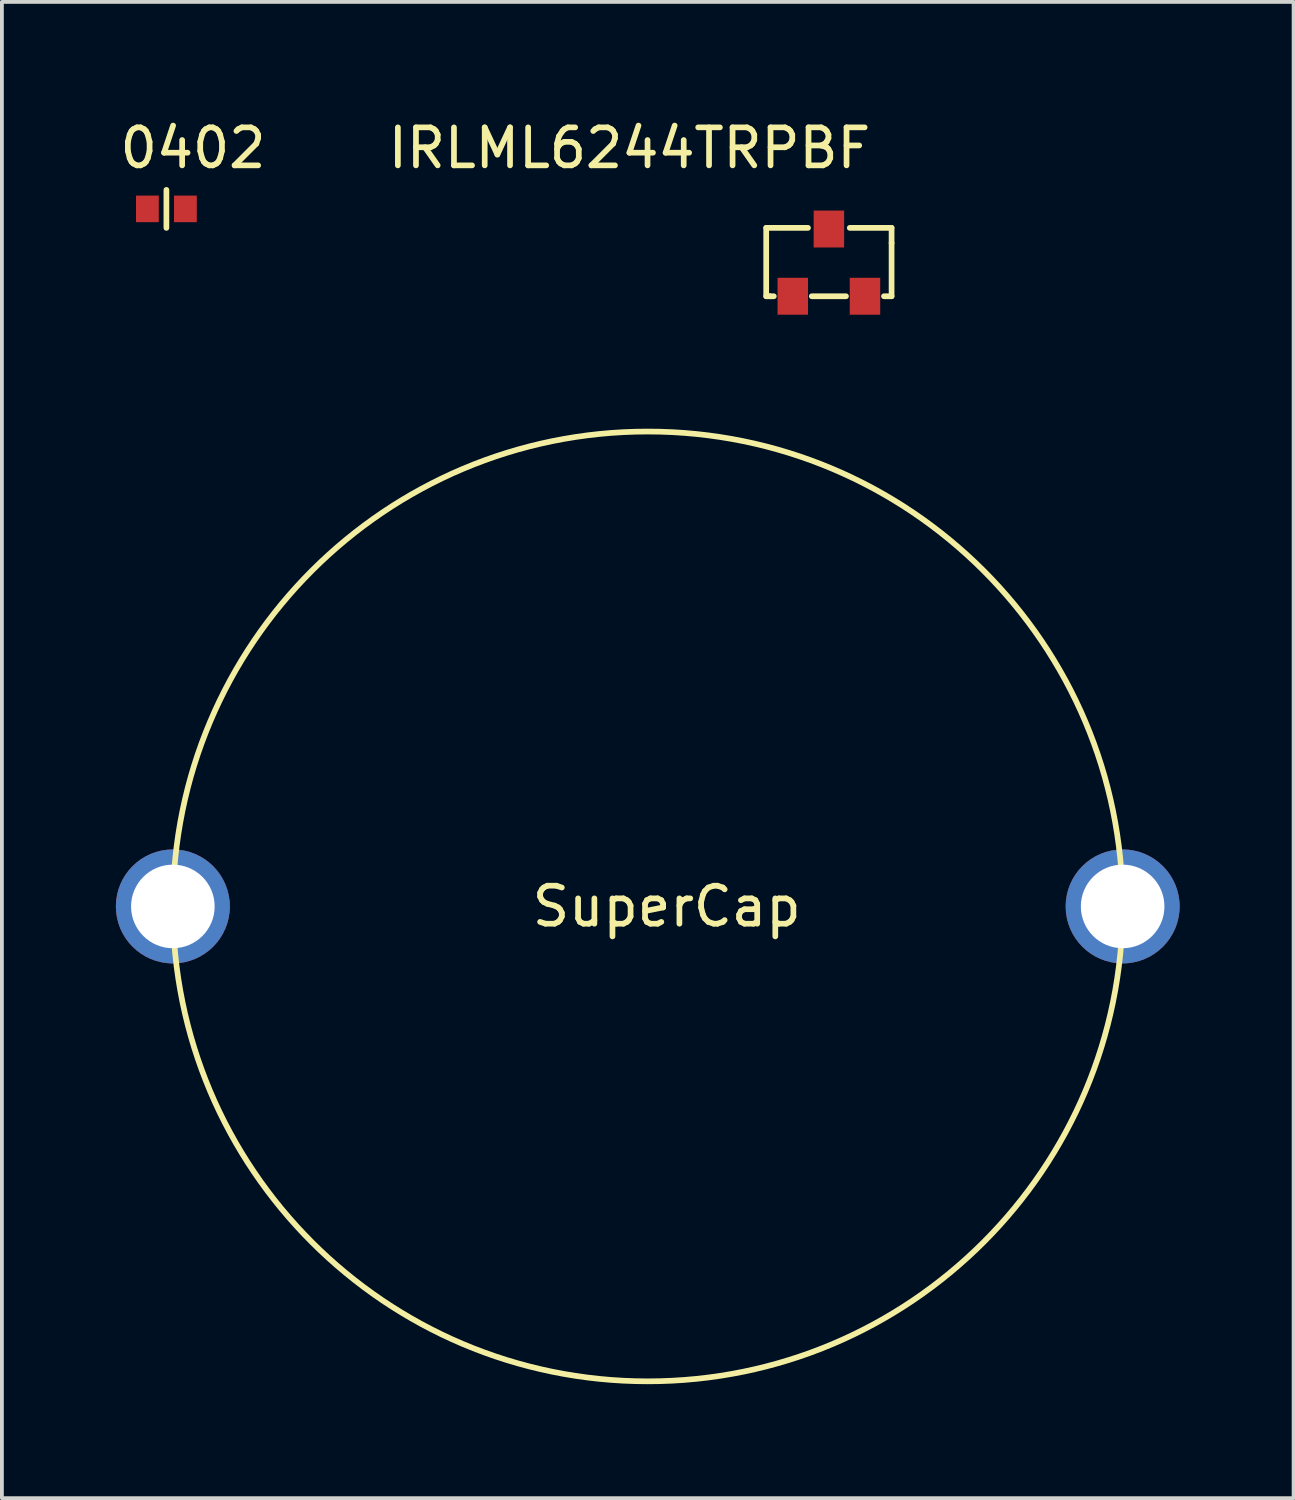
<source format=kicad_pcb>
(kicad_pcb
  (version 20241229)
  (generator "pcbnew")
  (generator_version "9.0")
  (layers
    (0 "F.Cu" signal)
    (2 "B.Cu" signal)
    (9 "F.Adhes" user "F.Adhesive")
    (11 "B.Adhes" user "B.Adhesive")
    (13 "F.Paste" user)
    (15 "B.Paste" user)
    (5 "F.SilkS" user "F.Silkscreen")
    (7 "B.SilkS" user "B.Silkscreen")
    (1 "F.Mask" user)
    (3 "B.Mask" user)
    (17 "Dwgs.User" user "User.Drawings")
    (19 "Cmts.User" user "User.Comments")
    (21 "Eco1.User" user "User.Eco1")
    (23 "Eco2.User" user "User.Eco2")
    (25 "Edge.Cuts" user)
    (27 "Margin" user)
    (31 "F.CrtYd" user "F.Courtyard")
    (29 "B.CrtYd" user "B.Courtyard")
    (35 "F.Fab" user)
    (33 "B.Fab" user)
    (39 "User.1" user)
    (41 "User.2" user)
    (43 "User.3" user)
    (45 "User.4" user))
  (footprint "SuperCap"
    (layer "F.Cu")
    (at 1.5 20.809)
    (property "Reference" "SuperCap" (at 13 0 0) (layer "F.SilkS") (effects (font (size 1 1) (thickness 0.15))))
    (attr through_hole)
    (fp_circle (center 12.5 0) (end 0 0) (stroke (width 0.15) (type solid)) (fill no) (layer "F.SilkS"))
    (pad "1" thru_hole circle (at 0 0) (size 3 3) (drill 2.2) (layers "*.Cu" "*.Mask"))
    (pad "2" thru_hole circle (at 25 0) (size 3 3) (drill 2.2) (layers "*.Cu" "*.Mask")))
  (footprint "0402"
    (layer "F.Cu")
    (at 0.83 2.448)
    (property "Reference" "0402" (at 1.2 -1.6 0) (layer "F.SilkS") (effects (font (size 1 1) (thickness 0.15))))
    (attr through_hole)
    (fp_line (start 0.5 -0.5) (end 0.5 0.5) (stroke (width 0.15) (type solid)) (layer "F.SilkS"))
    (pad "1" smd rect (at 0 0) (size 0.6 0.7) (layers "F.Cu" "F.Mask" "F.Paste"))
    (pad "2" smd rect (at 1 0) (size 0.6 0.7) (layers "F.Cu" "F.Mask" "F.Paste")))
  (footprint "IRLML6244TRPBF"
    (layer "F.Cu")
    (at 17.818 4.748)
    (property "Reference" "IRLML6244TRPBF" (at -4.3 -3.9 0) (layer "F.SilkS") (effects (font (size 1 1) (thickness 0.15))))
    (attr through_hole)
    (fp_line (start -0.7 -1.8) (end 0.4 -1.8) (stroke (width 0.15) (type solid)) (layer "F.SilkS"))
    (fp_line (start -0.7 0) (end -0.7 -1.8) (stroke (width 0.15) (type solid)) (layer "F.SilkS"))
    (fp_line (start -0.7 0) (end -0.6 0) (stroke (width 0.15) (type solid)) (layer "F.SilkS"))
    (fp_line (start -0.6 0) (end -0.5 0) (stroke (width 0.15) (type solid)) (layer "F.SilkS"))
    (fp_line (start 0.5 0) (end 1.4 0) (stroke (width 0.15) (type solid)) (layer "F.SilkS"))
    (fp_line (start 2.6 -1.8) (end 1.5 -1.8) (stroke (width 0.15) (type solid)) (layer "F.SilkS"))
    (fp_line (start 2.6 -1.4) (end 2.6 -1.8) (stroke (width 0.15) (type solid)) (layer "F.SilkS"))
    (fp_line (start 2.6 0) (end 2.4 0) (stroke (width 0.15) (type solid)) (layer "F.SilkS"))
    (fp_line (start 2.6 0) (end 2.6 -1.4) (stroke (width 0.15) (type solid)) (layer "F.SilkS"))
    (pad "1" smd rect (at 0 0) (size 0.802 0.972) (layers "F.Cu" "F.Mask" "F.Paste"))
    (pad "2" smd rect (at 1.9 0) (size 0.802 0.972) (layers "F.Cu" "F.Mask" "F.Paste"))
    (pad "3" smd rect (at 0.95 -1.77) (size 0.802 0.972) (layers "F.Cu" "F.Mask" "F.Paste")))
  (gr_rect
    (start -3 -3)
    (end 31 36.384)
    (stroke (width 0.1) (type default))
    (fill no)
    (layer "Edge.Cuts")))
</source>
